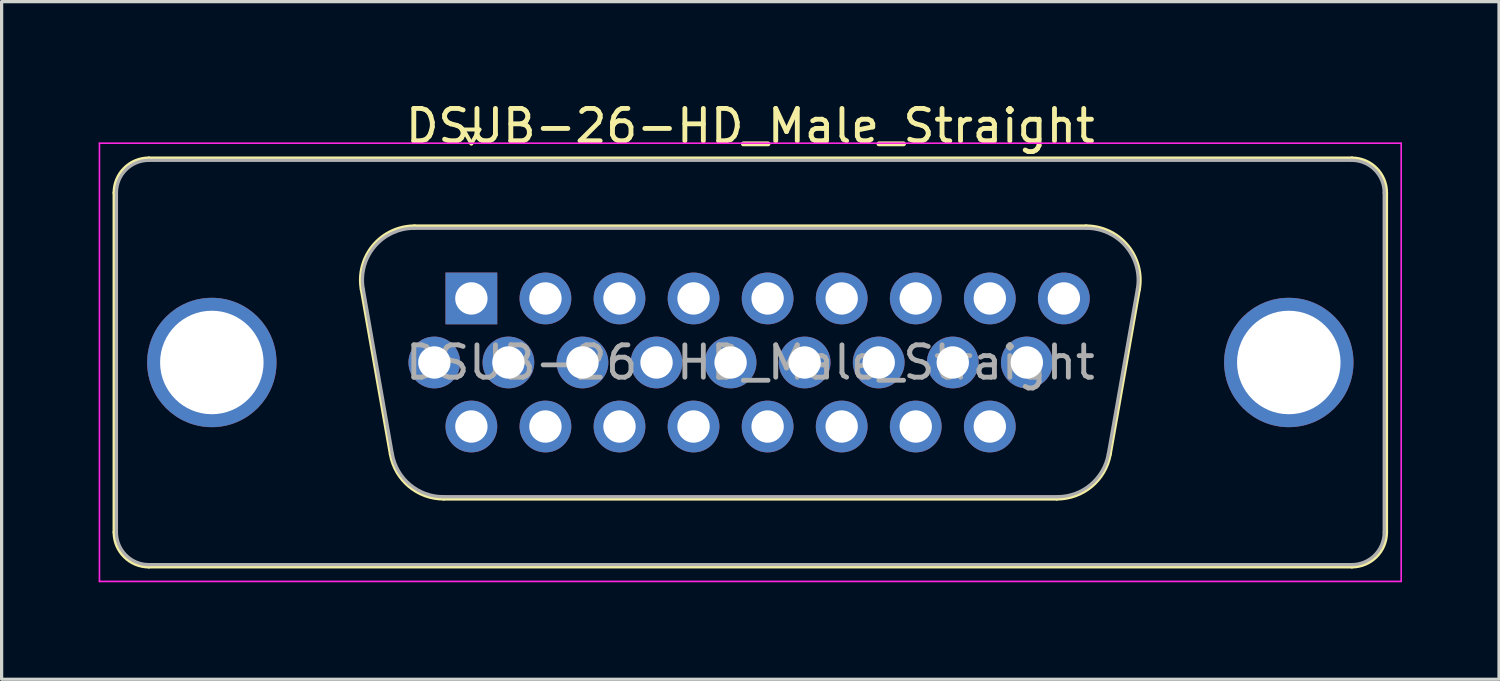
<source format=kicad_pcb>
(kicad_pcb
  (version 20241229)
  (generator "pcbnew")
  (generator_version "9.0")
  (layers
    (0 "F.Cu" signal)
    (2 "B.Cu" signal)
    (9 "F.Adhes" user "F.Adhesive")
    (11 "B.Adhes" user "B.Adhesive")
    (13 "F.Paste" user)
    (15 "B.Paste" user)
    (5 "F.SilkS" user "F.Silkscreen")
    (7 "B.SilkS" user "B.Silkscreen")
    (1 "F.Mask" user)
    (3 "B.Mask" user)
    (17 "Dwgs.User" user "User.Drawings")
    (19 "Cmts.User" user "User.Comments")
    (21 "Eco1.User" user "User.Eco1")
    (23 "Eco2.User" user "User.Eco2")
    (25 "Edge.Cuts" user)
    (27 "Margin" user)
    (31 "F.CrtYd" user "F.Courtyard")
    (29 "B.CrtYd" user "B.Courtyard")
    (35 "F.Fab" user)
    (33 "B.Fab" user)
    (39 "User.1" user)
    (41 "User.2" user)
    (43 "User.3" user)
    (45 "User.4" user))
  (footprint "DSUB-26-HD_Male_Straight"
    (layer "F.Cu")
    (at 11.525 6.178)
    (property "Reference" "DSUB-26-HD_Male_Straight" (at 8.625 -5.33 0) (layer "F.SilkS") (effects (font (size 1 1) (thickness 0.15))))
    (attr through_hole)
    (fp_line (start -11.035 7.23) (end -11.035 -3.27) (stroke (width 0.12) (type solid)) (layer "F.SilkS"))
    (fp_line (start -9.975 -4.33) (end 27.225 -4.33) (stroke (width 0.12) (type solid)) (layer "F.SilkS"))
    (fp_line (start -3.391 -0.282) (end -2.492 4.818) (stroke (width 0.12) (type solid)) (layer "F.SilkS"))
    (fp_line (start -1.757 -2.23) (end 19.007 -2.23) (stroke (width 0.12) (type solid)) (layer "F.SilkS"))
    (fp_line (start -0.857 6.19) (end 18.107 6.19) (stroke (width 0.12) (type solid)) (layer "F.SilkS"))
    (fp_line (start -0.25 -5.224) (end 0.25 -5.224) (stroke (width 0.12) (type solid)) (layer "F.SilkS"))
    (fp_line (start 0 -4.791) (end -0.25 -5.224) (stroke (width 0.12) (type solid)) (layer "F.SilkS"))
    (fp_line (start 0.25 -5.224) (end 0 -4.791) (stroke (width 0.12) (type solid)) (layer "F.SilkS"))
    (fp_line (start 20.641 -0.282) (end 19.742 4.818) (stroke (width 0.12) (type solid)) (layer "F.SilkS"))
    (fp_line (start 27.225 8.29) (end -9.975 8.29) (stroke (width 0.12) (type solid)) (layer "F.SilkS"))
    (fp_line (start 28.285 -3.27) (end 28.285 7.23) (stroke (width 0.12) (type solid)) (layer "F.SilkS"))
    (fp_arc (start -11.035 -3.27) (mid -10.724533 -4.019533) (end -9.975 -4.33) (stroke (width 0.12) (type solid)) (layer "F.SilkS"))
    (fp_arc (start -9.975 8.29) (mid -10.724533 7.979533) (end -11.035 7.23) (stroke (width 0.12) (type solid)) (layer "F.SilkS"))
    (fp_arc (start -3.39147 -0.281744) (mid -3.028323 -1.637028) (end -1.756689 -2.23) (stroke (width 0.12) (type solid)) (layer "F.SilkS"))
    (fp_arc (start -0.857421 6.19) (mid -1.924448 5.801634) (end -2.492202 4.818256) (stroke (width 0.12) (type solid)) (layer "F.SilkS"))
    (fp_arc (start 19.006689 -2.23) (mid 20.278323 -1.637027) (end 20.64147 -0.281744) (stroke (width 0.12) (type solid)) (layer "F.SilkS"))
    (fp_arc (start 19.742202 4.818256) (mid 19.174449 5.801634) (end 18.107421 6.19) (stroke (width 0.12) (type solid)) (layer "F.SilkS"))
    (fp_arc (start 27.225 -4.33) (mid 27.974533 -4.019533) (end 28.285 -3.27) (stroke (width 0.12) (type solid)) (layer "F.SilkS"))
    (fp_arc (start 28.285 7.23) (mid 27.974533 7.979533) (end 27.225 8.29) (stroke (width 0.12) (type solid)) (layer "F.SilkS"))
    (fp_line (start -11.5 -4.8) (end -11.5 8.75) (stroke (width 0.05) (type solid)) (layer "F.CrtYd"))
    (fp_line (start -11.5 8.75) (end 28.75 8.75) (stroke (width 0.05) (type solid)) (layer "F.CrtYd"))
    (fp_line (start 28.75 -4.8) (end -11.5 -4.8) (stroke (width 0.05) (type solid)) (layer "F.CrtYd"))
    (fp_line (start 28.75 8.75) (end 28.75 -4.8) (stroke (width 0.05) (type solid)) (layer "F.CrtYd"))
    (fp_line (start -10.975 7.23) (end -10.975 -3.27) (stroke (width 0.1) (type solid)) (layer "F.Fab"))
    (fp_line (start -9.975 -4.27) (end 27.225 -4.27) (stroke (width 0.1) (type solid)) (layer "F.Fab"))
    (fp_line (start -3.344 -0.292) (end -2.445 4.808) (stroke (width 0.1) (type solid)) (layer "F.Fab"))
    (fp_line (start -1.768 -2.17) (end 19.018 -2.17) (stroke (width 0.1) (type solid)) (layer "F.Fab"))
    (fp_line (start -0.869 6.13) (end 18.119 6.13) (stroke (width 0.1) (type solid)) (layer "F.Fab"))
    (fp_line (start 20.594 -0.292) (end 19.695 4.808) (stroke (width 0.1) (type solid)) (layer "F.Fab"))
    (fp_line (start 27.225 8.23) (end -9.975 8.23) (stroke (width 0.1) (type solid)) (layer "F.Fab"))
    (fp_line (start 28.225 -3.27) (end 28.225 7.23) (stroke (width 0.1) (type solid)) (layer "F.Fab"))
    (fp_arc (start -10.975 -3.27) (mid -10.682107 -3.977107) (end -9.975 -4.27) (stroke (width 0.1) (type solid)) (layer "F.Fab"))
    (fp_arc (start -9.975 8.23) (mid -10.682107 7.937107) (end -10.975 7.23) (stroke (width 0.1) (type solid)) (layer "F.Fab"))
    (fp_arc (start -3.343886 -0.292163) (mid -2.993865 -1.59846) (end -1.768194 -2.17) (stroke (width 0.1) (type solid)) (layer "F.Fab"))
    (fp_arc (start -0.868927 6.13) (mid -1.897387 5.755671) (end -2.444619 4.807837) (stroke (width 0.1) (type solid)) (layer "F.Fab"))
    (fp_arc (start 19.018194 -2.17) (mid 20.243865 -1.59846) (end 20.593886 -0.292163) (stroke (width 0.1) (type solid)) (layer "F.Fab"))
    (fp_arc (start 19.694619 4.807837) (mid 19.147387 5.755671) (end 18.118927 6.13) (stroke (width 0.1) (type solid)) (layer "F.Fab"))
    (fp_arc (start 27.225 -4.27) (mid 27.932107 -3.977107) (end 28.225 -3.27) (stroke (width 0.1) (type solid)) (layer "F.Fab"))
    (fp_arc (start 28.225 7.23) (mid 27.932107 7.937107) (end 27.225 8.23) (stroke (width 0.1) (type solid)) (layer "F.Fab"))
    (fp_text user "${REFERENCE}" (at 8.625 1.98 0) (layer "F.Fab") (effects (font (size 1 1) (thickness 0.15))))
    (pad "0" thru_hole circle (at -8.025 1.98) (size 4 4) (drill 3.2) (layers "*.Cu" "*.Mask"))
    (pad "0" thru_hole circle (at 25.275 1.98) (size 4 4) (drill 3.2) (layers "*.Cu" "*.Mask"))
    (pad "1" thru_hole rect (at 0 0) (size 1.6 1.6) (drill 1) (layers "*.Cu" "*.Mask"))
    (pad "2" thru_hole circle (at 2.29 0) (size 1.6 1.6) (drill 1) (layers "*.Cu" "*.Mask"))
    (pad "3" thru_hole circle (at 4.58 0) (size 1.6 1.6) (drill 1) (layers "*.Cu" "*.Mask"))
    (pad "4" thru_hole circle (at 6.87 0) (size 1.6 1.6) (drill 1) (layers "*.Cu" "*.Mask"))
    (pad "5" thru_hole circle (at 9.16 0) (size 1.6 1.6) (drill 1) (layers "*.Cu" "*.Mask"))
    (pad "6" thru_hole circle (at 11.45 0) (size 1.6 1.6) (drill 1) (layers "*.Cu" "*.Mask"))
    (pad "7" thru_hole circle (at 13.74 0) (size 1.6 1.6) (drill 1) (layers "*.Cu" "*.Mask"))
    (pad "8" thru_hole circle (at 16.03 0) (size 1.6 1.6) (drill 1) (layers "*.Cu" "*.Mask"))
    (pad "9" thru_hole circle (at 18.32 0) (size 1.6 1.6) (drill 1) (layers "*.Cu" "*.Mask"))
    (pad "10" thru_hole circle (at -1.145 1.98) (size 1.6 1.6) (drill 1) (layers "*.Cu" "*.Mask"))
    (pad "11" thru_hole circle (at 1.145 1.98) (size 1.6 1.6) (drill 1) (layers "*.Cu" "*.Mask"))
    (pad "12" thru_hole circle (at 3.435 1.98) (size 1.6 1.6) (drill 1) (layers "*.Cu" "*.Mask"))
    (pad "13" thru_hole circle (at 5.725 1.98) (size 1.6 1.6) (drill 1) (layers "*.Cu" "*.Mask"))
    (pad "14" thru_hole circle (at 8.015 1.98) (size 1.6 1.6) (drill 1) (layers "*.Cu" "*.Mask"))
    (pad "15" thru_hole circle (at 10.305 1.98) (size 1.6 1.6) (drill 1) (layers "*.Cu" "*.Mask"))
    (pad "16" thru_hole circle (at 12.595 1.98) (size 1.6 1.6) (drill 1) (layers "*.Cu" "*.Mask"))
    (pad "17" thru_hole circle (at 14.885 1.98) (size 1.6 1.6) (drill 1) (layers "*.Cu" "*.Mask"))
    (pad "18" thru_hole circle (at 17.175 1.98) (size 1.6 1.6) (drill 1) (layers "*.Cu" "*.Mask"))
    (pad "19" thru_hole circle (at 0 3.96) (size 1.6 1.6) (drill 1) (layers "*.Cu" "*.Mask"))
    (pad "20" thru_hole circle (at 2.29 3.96) (size 1.6 1.6) (drill 1) (layers "*.Cu" "*.Mask"))
    (pad "21" thru_hole circle (at 4.58 3.96) (size 1.6 1.6) (drill 1) (layers "*.Cu" "*.Mask"))
    (pad "22" thru_hole circle (at 6.87 3.96) (size 1.6 1.6) (drill 1) (layers "*.Cu" "*.Mask"))
    (pad "23" thru_hole circle (at 9.16 3.96) (size 1.6 1.6) (drill 1) (layers "*.Cu" "*.Mask"))
    (pad "24" thru_hole circle (at 11.45 3.96) (size 1.6 1.6) (drill 1) (layers "*.Cu" "*.Mask"))
    (pad "25" thru_hole circle (at 13.74 3.96) (size 1.6 1.6) (drill 1) (layers "*.Cu" "*.Mask"))
    (pad "26" thru_hole circle (at 16.03 3.96) (size 1.6 1.6) (drill 1) (layers "*.Cu" "*.Mask")))
  (gr_rect
    (start -3 -3)
    (end 43.3 17.953)
    (stroke (width 0.1) (type default))
    (fill no)
    (layer "Edge.Cuts")))
</source>
